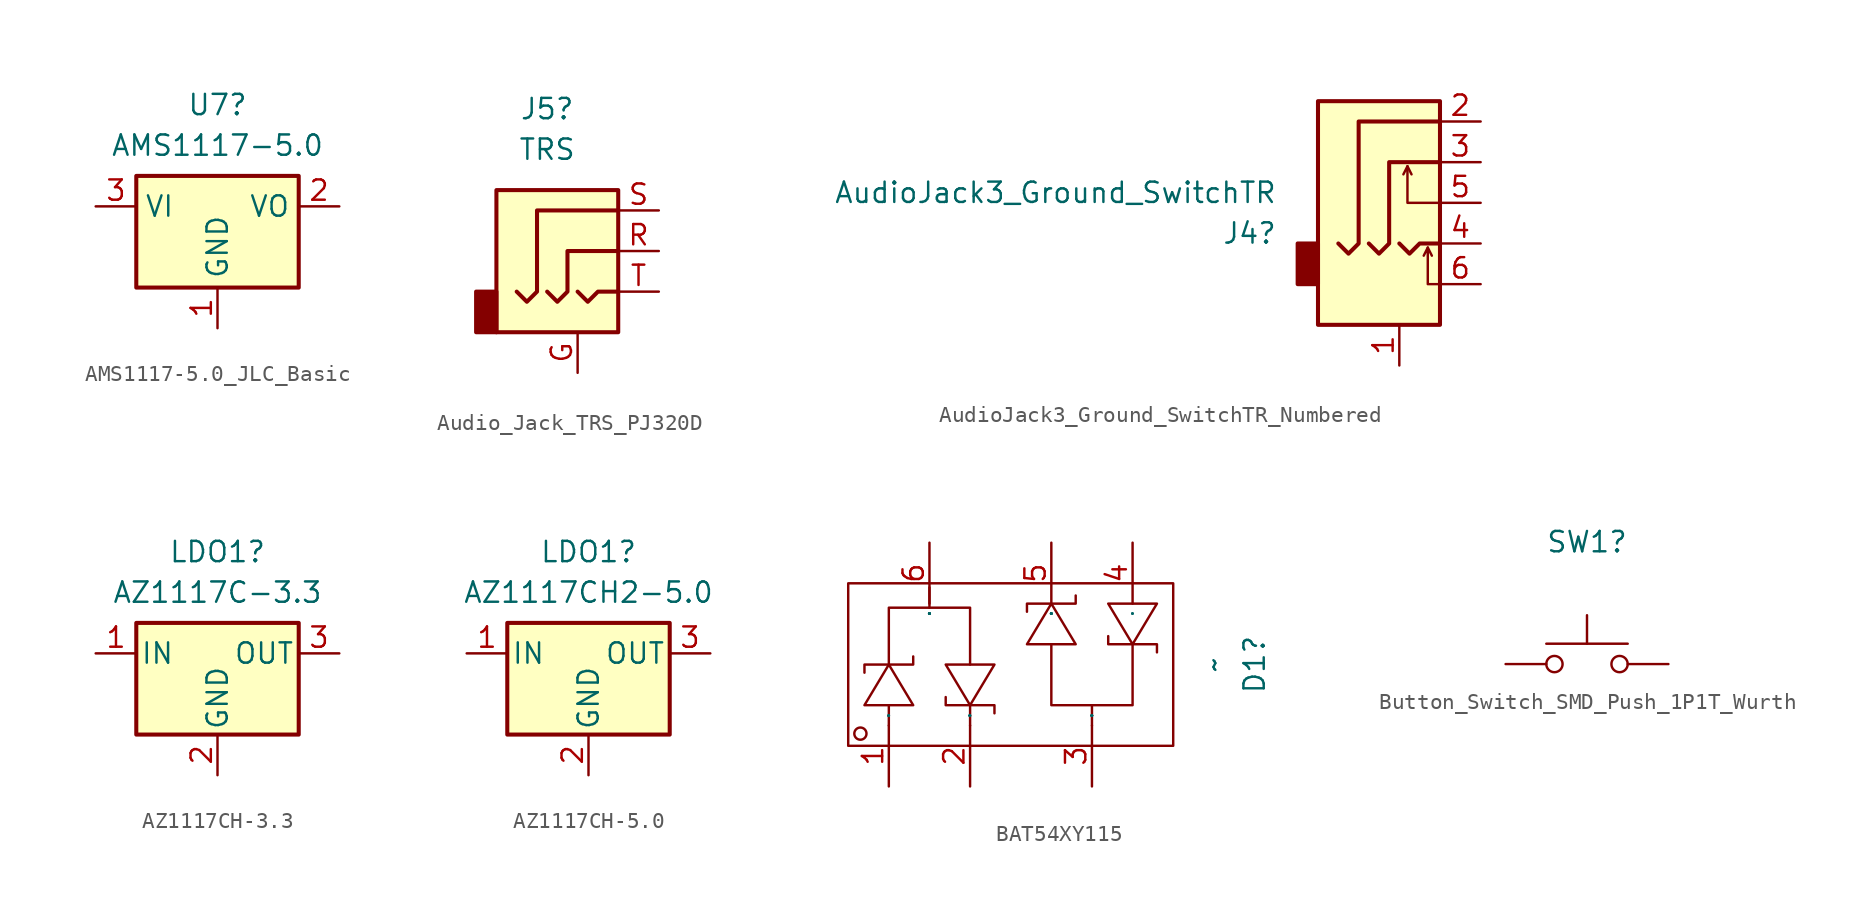
<source format=kicad_sym>
(kicad_symbol_lib
  (version 20241209)
  (generator "kicad_symbol_editor")
  (generator_version "9.0")
  (symbol "AMS1117-5.0_JLC_Basic"
    (property "Reference" "U7"
      (at 0 6.35 0)
      (effects (font (size 1.27 1.27))))
    (property "Value" "AMS1117-5.0"
      (at 0 3.81 0)
      (effects (font (size 1.27 1.27))))
    (symbol "AMS1117-5.0_JLC_Basic_0_1"
      (rectangle (start -5.08 -5.08) (end 5.08 1.905) (stroke (width 0.254) (type default)) (fill (type background))))
    (symbol "AMS1117-5.0_JLC_Basic_1_1"
      (pin power_in line (at -7.62 0 0) (length 2.54) (name "VI" (effects (font (size 1.27 1.27)))) (number "3" (effects (font (size 1.27 1.27)))))
      (pin power_in line (at 0 -7.62 90) (length 2.54) (name "GND" (effects (font (size 1.27 1.27)))) (number "1" (effects (font (size 1.27 1.27)))))
      (pin power_out line (at 7.62 0 180) (length 2.54) (name "VO" (effects (font (size 1.27 1.27)))) (number "2" (effects (font (size 1.27 1.27)))))))
  (symbol "Audio_Jack_TRS_PJ320D"
    (property "Reference" "J5"
      (at -1.905 8.89 0)
      (effects (font (size 1.27 1.27))))
    (property "Value" "TRS"
      (at -1.905 6.35 0)
      (effects (font (size 1.27 1.27))))
    (symbol "Audio_Jack_TRS_PJ320D_0_1"
      (rectangle (start -5.08 -2.54) (end -6.35 -5.08) (stroke (width 0.254) (type default)) (fill (type outline)))
      (polyline (pts (xy -1.905 -2.54) (xy -1.27 -3.175) (xy -0.635 -2.54) (xy -0.635 0) (xy 2.54 0)) (stroke (width 0.254) (type default)) (fill (type none)))
      (polyline (pts (xy 0 -2.54) (xy 0.635 -3.175) (xy 1.27 -2.54) (xy 2.54 -2.54)) (stroke (width 0.254) (type default)) (fill (type none)))
      (rectangle (start 2.54 3.81) (end -5.08 -5.08) (stroke (width 0.254) (type default)) (fill (type background)))
      (polyline (pts (xy 2.54 2.54) (xy -2.54 2.54) (xy -2.54 -2.54) (xy -3.175 -3.175) (xy -3.81 -2.54)) (stroke (width 0.254) (type default)) (fill (type none))))
    (symbol "Audio_Jack_TRS_PJ320D_1_1"
      (pin passive line (at 0 -7.62 90) (length 2.54) (name "~" (effects (font (size 1.27 1.27)))) (number "G" (effects (font (size 1.27 1.27)))))
      (pin passive line (at 5.08 2.54 180) (length 2.54) (name "~" (effects (font (size 1.27 1.27)))) (number "S" (effects (font (size 1.27 1.27)))))
      (pin passive line (at 5.08 0 180) (length 2.54) (name "~" (effects (font (size 1.27 1.27)))) (number "R" (effects (font (size 1.27 1.27)))))
      (pin passive line (at 5.08 -2.54 180) (length 2.54) (name "~" (effects (font (size 1.27 1.27)))) (number "T" (effects (font (size 1.27 1.27)))))))
  (symbol "AudioJack3_Ground_SwitchTR_Numbered"
    (property "Reference" "J4"
      (at -7.62 -4.445 0)
      (effects (font (size 1.27 1.27)) (justify right)))
    (property "Value" "AudioJack3_Ground_SwitchTR"
      (at -7.62 -1.905 0)
      (effects (font (size 1.27 1.27)) (justify right)))
    (symbol "AudioJack3_Ground_SwitchTR_Numbered_0_1"
      (rectangle (start -5.08 -5.08) (end -6.35 -7.62) (stroke (width 0.254) (type default)) (fill (type outline)))
      (polyline (pts (xy -1.905 -5.08) (xy -1.27 -5.715) (xy -0.635 -5.08) (xy -0.635 0) (xy 2.54 0)) (stroke (width 0.254) (type default)) (fill (type none)))
      (polyline (pts (xy 0 -5.08) (xy 0.635 -5.715) (xy 1.27 -5.08) (xy 2.54 -5.08)) (stroke (width 0.254) (type default)) (fill (type none)))
      (polyline (pts (xy 0.508 -0.254) (xy 0.762 -0.762)) (stroke (width 0) (type default)) (fill (type none)))
      (polyline (pts (xy 1.778 -5.334) (xy 2.032 -5.842)) (stroke (width 0) (type default)) (fill (type none)))
      (rectangle (start 2.54 3.81) (end -5.08 -10.16) (stroke (width 0.254) (type default)) (fill (type background)))
      (polyline (pts (xy 2.54 2.54) (xy -2.54 2.54) (xy -2.54 -5.08) (xy -3.175 -5.715) (xy -3.81 -5.08)) (stroke (width 0.254) (type default)) (fill (type none)))
      (polyline (pts (xy 2.54 -2.54) (xy 0.508 -2.54) (xy 0.508 -0.254) (xy 0.254 -0.762)) (stroke (width 0) (type default)) (fill (type none)))
      (polyline (pts (xy 2.54 -7.62) (xy 1.778 -7.62) (xy 1.778 -5.334) (xy 1.524 -5.842)) (stroke (width 0) (type default)) (fill (type none))))
    (symbol "AudioJack3_Ground_SwitchTR_Numbered_1_1"
      (pin passive line (at 0 -12.7 90) (length 2.54) (name "~" (effects (font (size 1.27 1.27)))) (number "1" (effects (font (size 1.27 1.27)))))
      (pin passive line (at 5.08 2.54 180) (length 2.54) (name "~" (effects (font (size 1.27 1.27)))) (number "2" (effects (font (size 1.27 1.27)))))
      (pin passive line (at 5.08 0 180) (length 2.54) (name "~" (effects (font (size 1.27 1.27)))) (number "3" (effects (font (size 1.27 1.27)))))
      (pin passive line (at 5.08 -2.54 180) (length 2.54) (name "~" (effects (font (size 1.27 1.27)))) (number "5" (effects (font (size 1.27 1.27)))))
      (pin passive line (at 5.08 -5.08 180) (length 2.54) (name "~" (effects (font (size 1.27 1.27)))) (number "4" (effects (font (size 1.27 1.27)))))
      (pin passive line (at 5.08 -7.62 180) (length 2.54) (name "~" (effects (font (size 1.27 1.27)))) (number "6" (effects (font (size 1.27 1.27)))))))
  (symbol "AZ1117CH-3.3"
    (pin_names
      (offset 0.254))
    (property "Reference" "LDO1"
      (at 0 6.35 0)
      (effects (font (size 1.27 1.27))))
    (property "Value" "AZ1117C-3.3"
      (at 0 3.81 0)
      (effects (font (size 1.27 1.27))))
    (symbol "AZ1117CH-3.3_0_1"
      (rectangle (start -5.08 1.905) (end 5.08 -5.08) (stroke (width 0.254) (type default)) (fill (type background))))
    (symbol "AZ1117CH-3.3_1_1"
      (pin power_in line (at -7.62 0 0) (length 2.54) (name "IN" (effects (font (size 1.27 1.27)))) (number "1" (effects (font (size 1.27 1.27)))))
      (pin power_in line (at 0 -7.62 90) (length 2.54) (name "GND" (effects (font (size 1.27 1.27)))) (number "2" (effects (font (size 1.27 1.27)))))
      (pin power_out line (at 7.62 0 180) (length 2.54) (name "OUT" (effects (font (size 1.27 1.27)))) (number "3" (effects (font (size 1.27 1.27)))))))
  (symbol "AZ1117CH-5.0"
    (pin_names
      (offset 0.254))
    (property "Reference" "LDO1"
      (at 0 6.35 0)
      (effects (font (size 1.27 1.27))))
    (property "Value" "AZ1117CH2-5.0"
      (at 0 3.81 0)
      (effects (font (size 1.27 1.27))))
    (symbol "AZ1117CH-5.0_0_1"
      (rectangle (start -5.08 1.905) (end 5.08 -5.08) (stroke (width 0.254) (type default)) (fill (type background))))
    (symbol "AZ1117CH-5.0_1_1"
      (pin power_in line (at -7.62 0 0) (length 2.54) (name "IN" (effects (font (size 1.27 1.27)))) (number "1" (effects (font (size 1.27 1.27)))))
      (pin power_in line (at 0 -7.62 90) (length 2.54) (name "GND" (effects (font (size 1.27 1.27)))) (number "2" (effects (font (size 1.27 1.27)))))
      (pin power_out line (at 7.62 0 180) (length 2.54) (name "OUT" (effects (font (size 1.27 1.27)))) (number "3" (effects (font (size 1.27 1.27)))))))
  (symbol "BAT54XY115"
    (property "Reference" "D1"
      (at 15.24 0 90)
      (effects (font (size 1.27 1.27))))
    (property "Value" "~"
      (at 12.7 0 90)
      (effects (font (size 1.27 1.27))))
    (symbol "BAT54XY115_1_0"
      (rectangle (start -10.16 -5.08) (end 10.16 5.08) (stroke (width 0) (type default)) (fill (type none)))
      (circle (center -9.398 -4.318) (radius 0.381) (stroke (width 0) (type default)) (fill (type none)))
      (polyline (pts (xy -9.144 -0.508) (xy -9.144 -0.508) (xy -9.144 -0.508) (xy -9.144 0) (xy -9.144 0) (xy -6.096 0) (xy -6.096 0) (xy -6.096 0.508) (xy -6.096 0.508) (xy -6.096 0.508)) (stroke (width 0) (type default)) (fill (type none)))
      (polyline (pts (xy -7.62 0) (xy -7.62 3.556) (xy -7.62 3.556) (xy -2.54 3.556) (xy -2.54 3.556) (xy -2.54 0)) (stroke (width 0) (type default)) (fill (type none)))
      (polyline (pts (xy -7.62 -3.81) (xy -7.62 -2.54)) (stroke (width 0) (type default)) (fill (type none)))
      (polyline (pts (xy -6.096 -2.54) (xy -7.62 0) (xy -7.62 0) (xy -9.144 -2.54) (xy -9.144 -2.54) (xy -6.096 -2.54)) (stroke (width 0) (type default)) (fill (type none)))
      (polyline (pts (xy -5.08 3.556) (xy -5.08 4.826)) (stroke (width 0) (type default)) (fill (type none)))
      (polyline (pts (xy -4.064 0) (xy -2.54 -2.54) (xy -2.54 -2.54) (xy -1.016 0) (xy -1.016 0) (xy -4.064 0)) (stroke (width 0) (type default)) (fill (type none)))
      (polyline (pts (xy -2.54 -3.81) (xy -2.54 -2.54)) (stroke (width 0) (type default)) (fill (type none)))
      (polyline (pts (xy -1.016 -3.048) (xy -1.016 -3.048) (xy -1.016 -3.048) (xy -1.016 -2.54) (xy -1.016 -2.54) (xy -4.064 -2.54) (xy -4.064 -2.54) (xy -4.064 -2.032) (xy -4.064 -2.032) (xy -4.064 -2.032)) (stroke (width 0) (type default)) (fill (type none)))
      (polyline (pts (xy 1.016 3.302) (xy 1.016 3.302) (xy 1.016 3.302) (xy 1.016 3.81) (xy 1.016 3.81) (xy 4.064 3.81) (xy 4.064 3.81) (xy 4.064 4.318) (xy 4.064 4.318) (xy 4.064 4.318)) (stroke (width 0) (type default)) (fill (type none)))
      (polyline (pts (xy 2.54 1.27) (xy 2.54 -2.54) (xy 2.54 -2.54) (xy 7.62 -2.54) (xy 7.62 -2.54) (xy 7.62 1.27)) (stroke (width 0) (type default)) (fill (type none)))
      (polyline (pts (xy 4.064 1.27) (xy 2.54 3.81) (xy 2.54 3.81) (xy 1.016 1.27) (xy 1.016 1.27) (xy 4.064 1.27)) (stroke (width 0) (type default)) (fill (type none)))
      (polyline (pts (xy 5.08 -2.54) (xy 5.08 -3.81)) (stroke (width 0) (type default)) (fill (type none)))
      (polyline (pts (xy 6.096 3.81) (xy 7.62 1.27) (xy 7.62 1.27) (xy 9.144 3.81) (xy 9.144 3.81) (xy 6.096 3.81)) (stroke (width 0) (type default)) (fill (type none)))
      (polyline (pts (xy 9.144 0.762) (xy 9.144 0.762) (xy 9.144 0.762) (xy 9.144 1.27) (xy 9.144 1.27) (xy 6.096 1.27) (xy 6.096 1.27) (xy 6.096 1.778) (xy 6.096 1.778) (xy 6.096 1.778)) (stroke (width 0) (type default)) (fill (type none)))
      (pin passive line (at -7.62 -7.62 90) (length 3.81) (name "1" (effects (font (size 0.025 0.025)))) (number "1" (effects (font (size 1.27 1.27)))))
      (pin passive line (at -5.08 7.62 270) (length 3.81) (name "6" (effects (font (size 0.025 0.025)))) (number "6" (effects (font (size 1.27 1.27)))))
      (pin passive line (at -2.54 -7.62 90) (length 3.81) (name "2" (effects (font (size 0.025 0.025)))) (number "2" (effects (font (size 1.27 1.27)))))
      (pin passive line (at 2.54 7.62 270) (length 3.81) (name "5" (effects (font (size 0.025 0.025)))) (number "5" (effects (font (size 1.27 1.27)))))
      (pin passive line (at 5.08 -7.62 90) (length 3.81) (name "3" (effects (font (size 0.025 0.025)))) (number "3" (effects (font (size 1.27 1.27)))))
      (pin passive line (at 7.62 7.62 270) (length 3.81) (name "4" (effects (font (size 0.025 0.025)))) (number "4" (effects (font (size 1.27 1.27)))))))
  (symbol "Button_Switch_SMD_Push_1P1T_Wurth"
    (pin_numbers
      (hide yes))
    (pin_names
      (offset 1.016)
      (hide yes))
    (property "Reference" "SW1"
      (at 0 7.62 0)
      (effects (font (size 1.27 1.27))))
    (symbol "Button_Switch_SMD_Push_1P1T_Wurth_0_1"
      (circle (center -2.032 0) (radius 0.508) (stroke (width 0) (type default)) (fill (type none)))
      (polyline (pts (xy 0 1.27) (xy 0 3.048)) (stroke (width 0) (type default)) (fill (type none)))
      (circle (center 2.032 0) (radius 0.508) (stroke (width 0) (type default)) (fill (type none)))
      (polyline (pts (xy 2.54 1.27) (xy -2.54 1.27)) (stroke (width 0) (type default)) (fill (type none)))
      (pin passive line (at -5.08 0 0) (length 2.54) (name "1" (effects (font (size 1.27 1.27)))) (number "1" (effects (font (size 1.27 1.27)))))
      (pin passive line (at 5.08 0 180) (length 2.54) (name "2" (effects (font (size 1.27 1.27)))) (number "2" (effects (font (size 1.27 1.27))))))))
</source>
